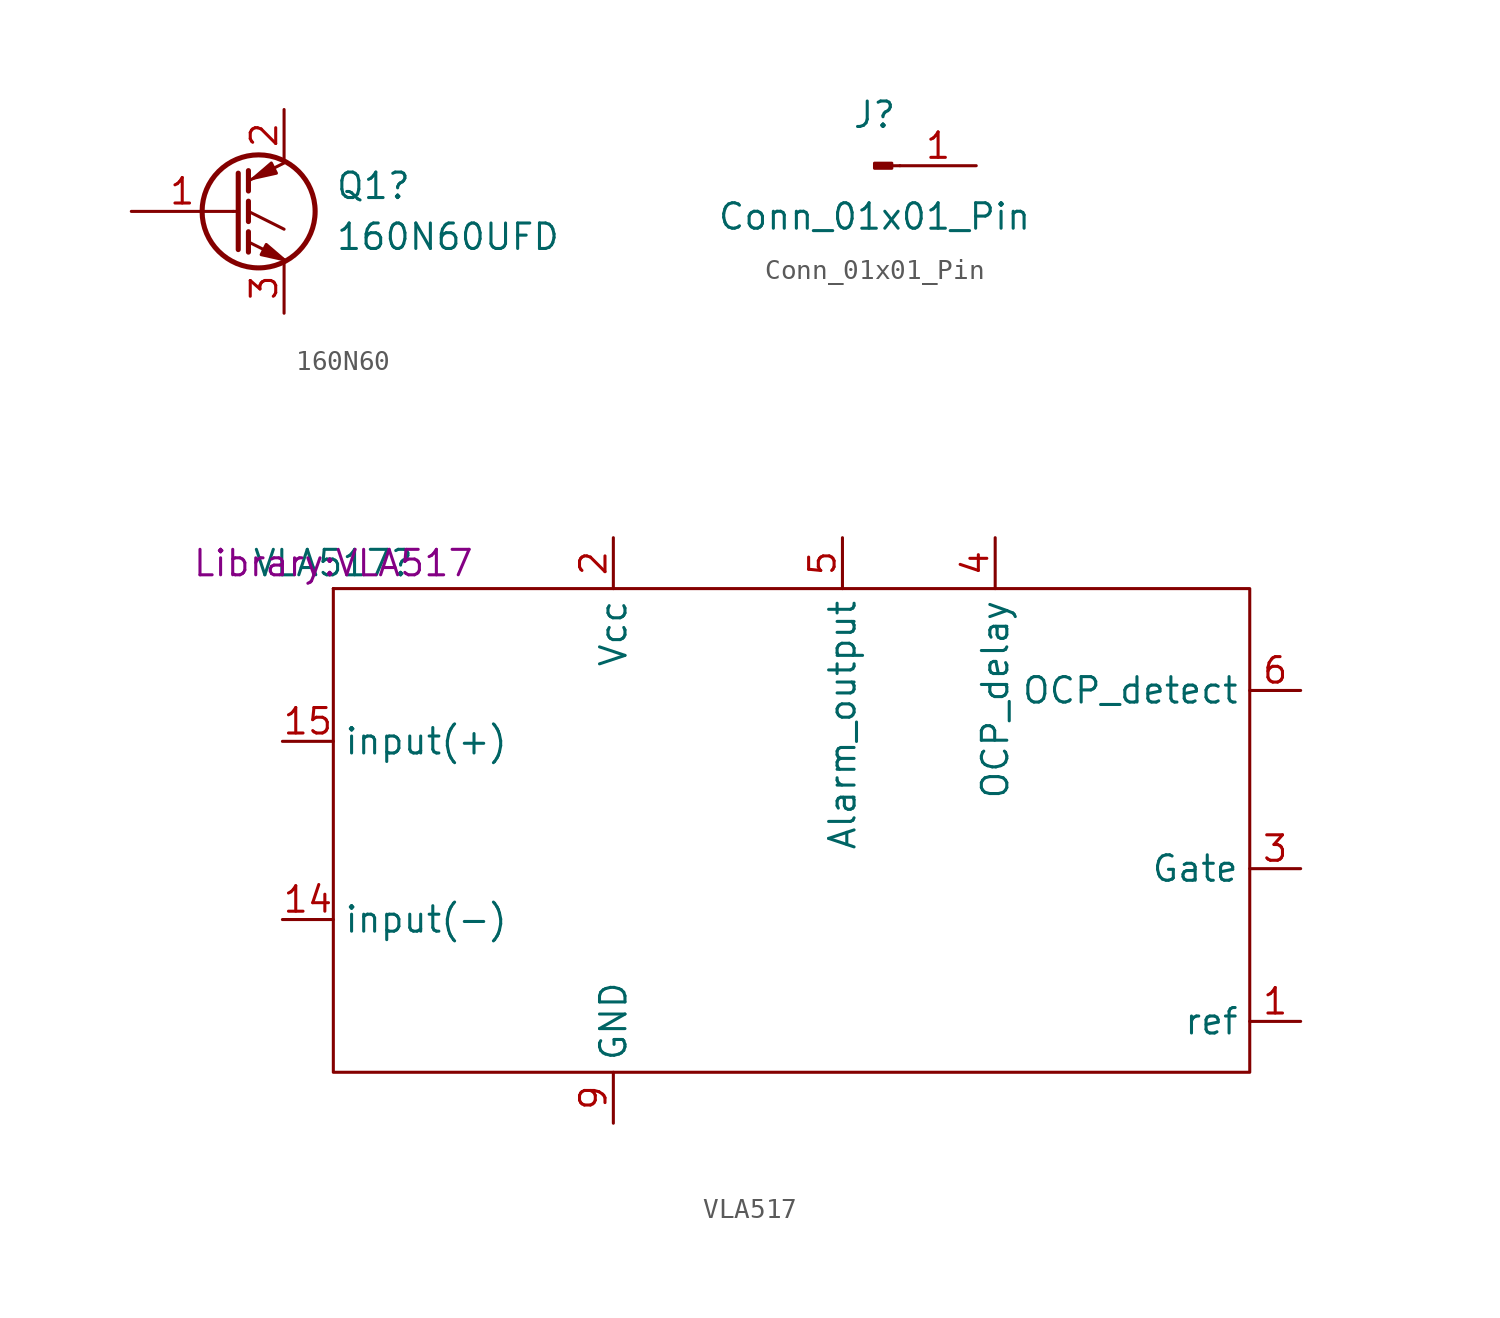
<source format=kicad_sym>
(kicad_symbol_lib
  (version 20241209)
  (generator "kicad_symbol_editor")
  (generator_version "9.0")
  (symbol "160N60"
    (pin_names
      (offset 0)
      (hide yes))
    (property "Reference" "Q1"
      (at 5.08 1.27 0)
      (effects (font (size 1.27 1.27)) (justify left)))
    (property "Value" "160N60UFD"
      (at 5.08 -1.27 0)
      (effects (font (size 1.27 1.27)) (justify left)))
    (symbol "160N60_0_1"
      (polyline (pts (xy 0 0) (xy 0.254 0)) (stroke (width 0) (type default)) (fill (type none)))
      (polyline (pts (xy 0.254 1.905) (xy 0.254 -1.905) (xy 0.254 -1.905)) (stroke (width 0.254) (type default)) (fill (type none)))
      (polyline (pts (xy 0.762 2.032) (xy 0.762 1.016)) (stroke (width 0.254) (type default)) (fill (type none)))
      (polyline (pts (xy 0.762 0.508) (xy 0.762 -0.508)) (stroke (width 0.254) (type default)) (fill (type none)))
      (polyline (pts (xy 0.762 -1.016) (xy 0.762 -2.032)) (stroke (width 0.254) (type default)) (fill (type none)))
      (circle (center 1.27 0) (radius 2.819) (stroke (width 0.254) (type default)) (fill (type none)))
      (polyline (pts (xy 1.397 -2.159) (xy 1.651 -1.651) (xy 2.54 -2.413) (xy 1.397 -2.159)) (stroke (width 0) (type default)) (fill (type outline)))
      (polyline (pts (xy 2.159 1.905) (xy 1.905 2.413) (xy 1.016 1.651) (xy 2.159 1.905)) (stroke (width 0) (type default)) (fill (type outline)))
      (polyline (pts (xy 2.54 2.413) (xy 0.762 1.524)) (stroke (width 0) (type default)) (fill (type none)))
      (polyline (pts (xy 2.54 -0.889) (xy 0.762 0)) (stroke (width 0) (type default)) (fill (type none)))
      (polyline (pts (xy 2.54 -2.413) (xy 0.762 -1.524)) (stroke (width 0) (type default)) (fill (type none))))
    (symbol "160N60_1_1"
      (pin input line (at -5.08 0 0) (length 5.08) (name "G" (effects (font (size 1.27 1.27)))) (number "1" (effects (font (size 1.27 1.27)))))
      (pin passive line (at 2.54 5.08 270) (length 2.54) (name "C" (effects (font (size 1.27 1.27)))) (number "2" (effects (font (size 1.27 1.27)))))
      (pin passive line (at 2.54 -5.08 90) (length 2.54) (name "E" (effects (font (size 1.27 1.27)))) (number "3" (effects (font (size 1.27 1.27)))))))
  (symbol "Conn_01x01_Pin"
    (pin_names
      (offset 1.016)
      (hide yes))
    (property "Reference" "J"
      (at 0 2.54 0)
      (effects (font (size 1.27 1.27))))
    (property "Value" "Conn_01x01_Pin"
      (at 0 -2.54 0)
      (effects (font (size 1.27 1.27))))
    (symbol "Conn_01x01_Pin_1_1"
      (rectangle (start 0.864 0.127) (end 0 -0.127) (stroke (width 0.152) (type default)) (fill (type outline)))
      (polyline (pts (xy 1.27 0) (xy 0.864 0)) (stroke (width 0.152) (type default)) (fill (type none)))
      (pin passive line (at 5.08 0 180) (length 3.81) (name "Pin_1" (effects (font (size 1.27 1.27)))) (number "1" (effects (font (size 1.27 1.27)))))))
  (symbol "VLA517"
    (property "Reference" "VLA517"
      (at 0 0 0)
      (effects (font (size 1.27 1.27))))
    (property "Footprint" "Library:VLA517"
      (at 0 0 0)
      (effects (font (size 1.27 1.27))))
    (symbol "VLA517_0_1"
      (rectangle (start 0 -1.27) (end 0 -1.27) (stroke (width 0) (type default)) (fill (type none)))
      (rectangle (start 0 -1.27) (end 0 -1.27) (stroke (width 0) (type default)) (fill (type none)))
      (rectangle (start 0 -1.27) (end 45.72 -25.4) (stroke (width 0) (type default)) (fill (type none))))
    (symbol "VLA517_1_1"
      (pin input line (at -2.54 -8.89 0) (length 2.54) (name "input(+)" (effects (font (size 1.27 1.27)))) (number "15" (effects (font (size 1.27 1.27)))))
      (pin input line (at -2.54 -17.78 0) (length 2.54) (name "input(-)" (effects (font (size 1.27 1.27)))) (number "14" (effects (font (size 1.27 1.27)))))
      (pin power_in line (at 13.97 1.27 270) (length 2.54) (name "Vcc" (effects (font (size 1.27 1.27)))) (number "2" (effects (font (size 1.27 1.27)))))
      (pin power_in line (at 13.97 -27.94 90) (length 2.54) (name "GND" (effects (font (size 1.27 1.27)))) (number "9" (effects (font (size 1.27 1.27)))))
      (pin output line (at 25.4 1.27 270) (length 2.54) (name "Alarm_output" (effects (font (size 1.27 1.27)))) (number "5" (effects (font (size 1.27 1.27)))))
      (pin input line (at 33.02 1.27 270) (length 2.54) (name "OCP_delay" (effects (font (size 1.27 1.27)))) (number "4" (effects (font (size 1.27 1.27)))))
      (pin input line (at 48.26 -6.35 180) (length 2.54) (name "OCP_detect" (effects (font (size 1.27 1.27)))) (number "6" (effects (font (size 1.27 1.27)))))
      (pin output line (at 48.26 -15.24 180) (length 2.54) (name "Gate" (effects (font (size 1.27 1.27)))) (number "3" (effects (font (size 1.27 1.27)))))
      (pin passive line (at 48.26 -22.86 180) (length 2.54) (name "ref" (effects (font (size 1.27 1.27)))) (number "1" (effects (font (size 1.27 1.27))))))))
</source>
